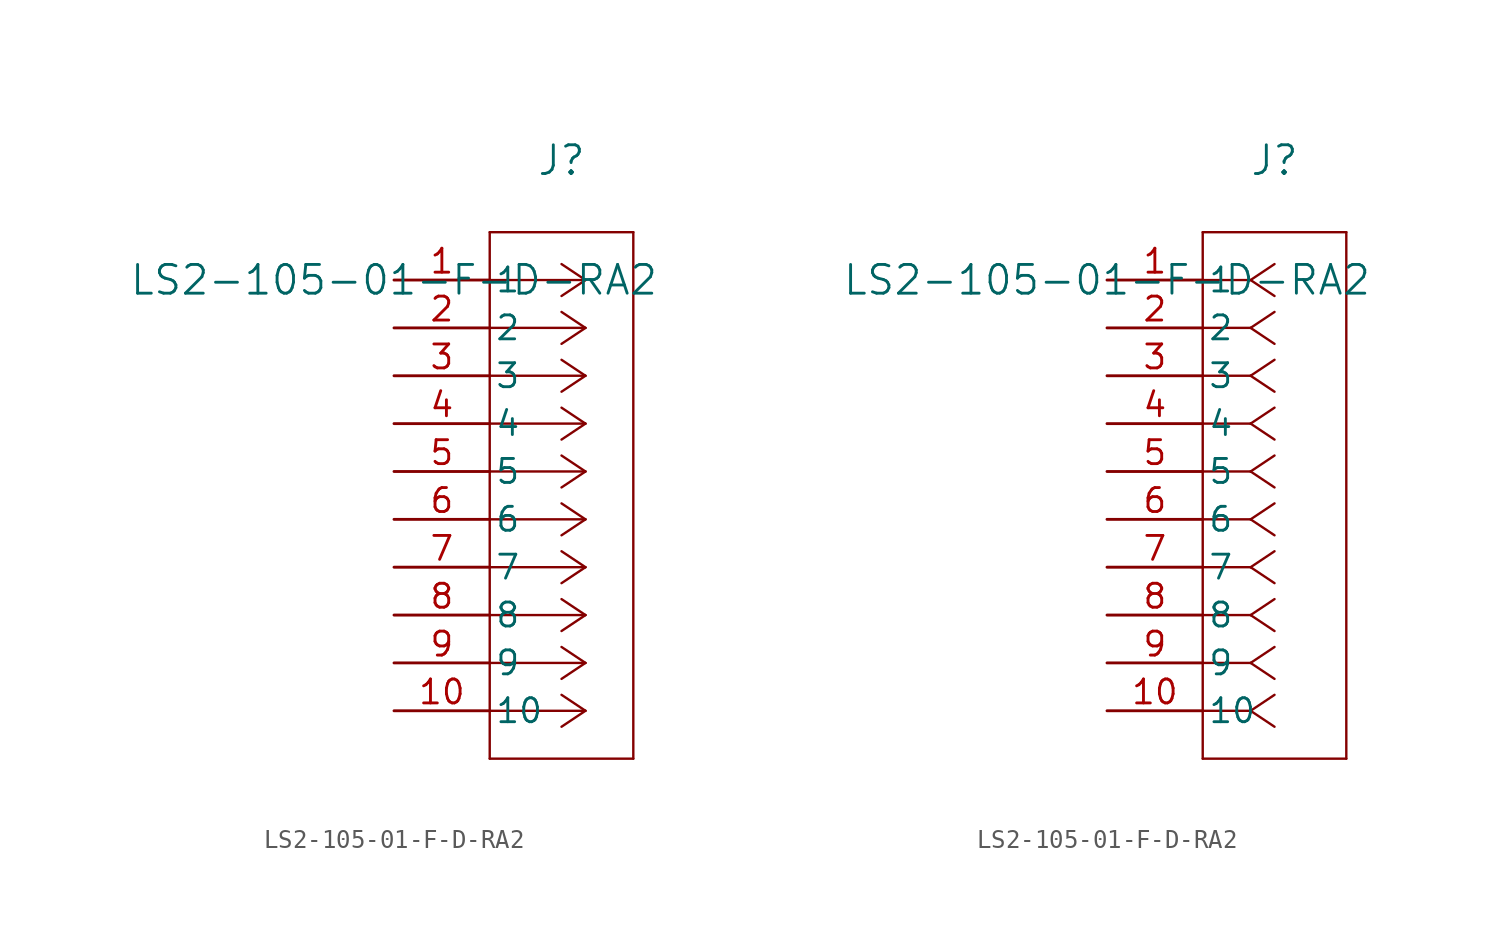
<source format=kicad_sym>
(kicad_symbol_lib
  (version 20211014)
  (generator kicad_symbol_editor)
  (symbol "LS2-105-01-F-D-RA2"
    (pin_names
      (offset 0.254))
    (property "Reference" "J"
      (at 8.89 6.35 0)
      (effects (font (size 1.524 1.524))))
    (property "Value" "LS2-105-01-F-D-RA2"
      (at 0 0 0)
      (effects (font (size 1.524 1.524))))
    (symbol "LS2-105-01-F-D-RA2_1_1"
      (polyline (pts (xy 10.16 0) (xy 5.08 0)) (stroke (width 0.127) (type default) (color 0 0 0 0)) (fill (type none)))
      (polyline (pts (xy 10.16 -2.54) (xy 5.08 -2.54)) (stroke (width 0.127) (type default) (color 0 0 0 0)) (fill (type none)))
      (polyline (pts (xy 10.16 -5.08) (xy 5.08 -5.08)) (stroke (width 0.127) (type default) (color 0 0 0 0)) (fill (type none)))
      (polyline (pts (xy 10.16 -7.62) (xy 5.08 -7.62)) (stroke (width 0.127) (type default) (color 0 0 0 0)) (fill (type none)))
      (polyline (pts (xy 10.16 -10.16) (xy 5.08 -10.16)) (stroke (width 0.127) (type default) (color 0 0 0 0)) (fill (type none)))
      (polyline (pts (xy 10.16 -12.7) (xy 5.08 -12.7)) (stroke (width 0.127) (type default) (color 0 0 0 0)) (fill (type none)))
      (polyline (pts (xy 10.16 -15.24) (xy 5.08 -15.24)) (stroke (width 0.127) (type default) (color 0 0 0 0)) (fill (type none)))
      (polyline (pts (xy 10.16 -17.78) (xy 5.08 -17.78)) (stroke (width 0.127) (type default) (color 0 0 0 0)) (fill (type none)))
      (polyline (pts (xy 10.16 -20.32) (xy 5.08 -20.32)) (stroke (width 0.127) (type default) (color 0 0 0 0)) (fill (type none)))
      (polyline (pts (xy 10.16 -22.86) (xy 5.08 -22.86)) (stroke (width 0.127) (type default) (color 0 0 0 0)) (fill (type none)))
      (polyline (pts (xy 10.16 0) (xy 8.89 0.847)) (stroke (width 0.127) (type default) (color 0 0 0 0)) (fill (type none)))
      (polyline (pts (xy 10.16 -2.54) (xy 8.89 -1.693)) (stroke (width 0.127) (type default) (color 0 0 0 0)) (fill (type none)))
      (polyline (pts (xy 10.16 -5.08) (xy 8.89 -4.233)) (stroke (width 0.127) (type default) (color 0 0 0 0)) (fill (type none)))
      (polyline (pts (xy 10.16 -7.62) (xy 8.89 -6.773)) (stroke (width 0.127) (type default) (color 0 0 0 0)) (fill (type none)))
      (polyline (pts (xy 10.16 -10.16) (xy 8.89 -9.313)) (stroke (width 0.127) (type default) (color 0 0 0 0)) (fill (type none)))
      (polyline (pts (xy 10.16 -12.7) (xy 8.89 -11.853)) (stroke (width 0.127) (type default) (color 0 0 0 0)) (fill (type none)))
      (polyline (pts (xy 10.16 -15.24) (xy 8.89 -14.393)) (stroke (width 0.127) (type default) (color 0 0 0 0)) (fill (type none)))
      (polyline (pts (xy 10.16 -17.78) (xy 8.89 -16.933)) (stroke (width 0.127) (type default) (color 0 0 0 0)) (fill (type none)))
      (polyline (pts (xy 10.16 -20.32) (xy 8.89 -19.473)) (stroke (width 0.127) (type default) (color 0 0 0 0)) (fill (type none)))
      (polyline (pts (xy 10.16 -22.86) (xy 8.89 -22.013)) (stroke (width 0.127) (type default) (color 0 0 0 0)) (fill (type none)))
      (polyline (pts (xy 10.16 0) (xy 8.89 -0.847)) (stroke (width 0.127) (type default) (color 0 0 0 0)) (fill (type none)))
      (polyline (pts (xy 10.16 -2.54) (xy 8.89 -3.387)) (stroke (width 0.127) (type default) (color 0 0 0 0)) (fill (type none)))
      (polyline (pts (xy 10.16 -5.08) (xy 8.89 -5.927)) (stroke (width 0.127) (type default) (color 0 0 0 0)) (fill (type none)))
      (polyline (pts (xy 10.16 -7.62) (xy 8.89 -8.467)) (stroke (width 0.127) (type default) (color 0 0 0 0)) (fill (type none)))
      (polyline (pts (xy 10.16 -10.16) (xy 8.89 -11.007)) (stroke (width 0.127) (type default) (color 0 0 0 0)) (fill (type none)))
      (polyline (pts (xy 10.16 -12.7) (xy 8.89 -13.547)) (stroke (width 0.127) (type default) (color 0 0 0 0)) (fill (type none)))
      (polyline (pts (xy 10.16 -15.24) (xy 8.89 -16.087)) (stroke (width 0.127) (type default) (color 0 0 0 0)) (fill (type none)))
      (polyline (pts (xy 10.16 -17.78) (xy 8.89 -18.627)) (stroke (width 0.127) (type default) (color 0 0 0 0)) (fill (type none)))
      (polyline (pts (xy 10.16 -20.32) (xy 8.89 -21.167)) (stroke (width 0.127) (type default) (color 0 0 0 0)) (fill (type none)))
      (polyline (pts (xy 10.16 -22.86) (xy 8.89 -23.707)) (stroke (width 0.127) (type default) (color 0 0 0 0)) (fill (type none)))
      (polyline (pts (xy 5.08 2.54) (xy 5.08 -25.4)) (stroke (width 0.127) (type default) (color 0 0 0 0)) (fill (type none)))
      (polyline (pts (xy 5.08 -25.4) (xy 12.7 -25.4)) (stroke (width 0.127) (type default) (color 0 0 0 0)) (fill (type none)))
      (polyline (pts (xy 12.7 -25.4) (xy 12.7 2.54)) (stroke (width 0.127) (type default) (color 0 0 0 0)) (fill (type none)))
      (polyline (pts (xy 12.7 2.54) (xy 5.08 2.54)) (stroke (width 0.127) (type default) (color 0 0 0 0)) (fill (type none)))
      (pin unspecified line (at 0 0 0) (length 5.08) (name "1" (effects (font (size 1.27 1.27)))) (number "1" (effects (font (size 1.27 1.27)))))
      (pin unspecified line (at 0 -2.54 0) (length 5.08) (name "2" (effects (font (size 1.27 1.27)))) (number "2" (effects (font (size 1.27 1.27)))))
      (pin unspecified line (at 0 -5.08 0) (length 5.08) (name "3" (effects (font (size 1.27 1.27)))) (number "3" (effects (font (size 1.27 1.27)))))
      (pin unspecified line (at 0 -7.62 0) (length 5.08) (name "4" (effects (font (size 1.27 1.27)))) (number "4" (effects (font (size 1.27 1.27)))))
      (pin unspecified line (at 0 -10.16 0) (length 5.08) (name "5" (effects (font (size 1.27 1.27)))) (number "5" (effects (font (size 1.27 1.27)))))
      (pin unspecified line (at 0 -12.7 0) (length 5.08) (name "6" (effects (font (size 1.27 1.27)))) (number "6" (effects (font (size 1.27 1.27)))))
      (pin unspecified line (at 0 -15.24 0) (length 5.08) (name "7" (effects (font (size 1.27 1.27)))) (number "7" (effects (font (size 1.27 1.27)))))
      (pin unspecified line (at 0 -17.78 0) (length 5.08) (name "8" (effects (font (size 1.27 1.27)))) (number "8" (effects (font (size 1.27 1.27)))))
      (pin unspecified line (at 0 -20.32 0) (length 5.08) (name "9" (effects (font (size 1.27 1.27)))) (number "9" (effects (font (size 1.27 1.27)))))
      (pin unspecified line (at 0 -22.86 0) (length 5.08) (name "10" (effects (font (size 1.27 1.27)))) (number "10" (effects (font (size 1.27 1.27))))))
    (symbol "LS2-105-01-F-D-RA2_1_2"
      (polyline (pts (xy 7.62 0) (xy 5.08 0)) (stroke (width 0.127) (type default) (color 0 0 0 0)) (fill (type none)))
      (polyline (pts (xy 7.62 -2.54) (xy 5.08 -2.54)) (stroke (width 0.127) (type default) (color 0 0 0 0)) (fill (type none)))
      (polyline (pts (xy 7.62 -5.08) (xy 5.08 -5.08)) (stroke (width 0.127) (type default) (color 0 0 0 0)) (fill (type none)))
      (polyline (pts (xy 7.62 -7.62) (xy 5.08 -7.62)) (stroke (width 0.127) (type default) (color 0 0 0 0)) (fill (type none)))
      (polyline (pts (xy 7.62 -10.16) (xy 5.08 -10.16)) (stroke (width 0.127) (type default) (color 0 0 0 0)) (fill (type none)))
      (polyline (pts (xy 7.62 -12.7) (xy 5.08 -12.7)) (stroke (width 0.127) (type default) (color 0 0 0 0)) (fill (type none)))
      (polyline (pts (xy 7.62 -15.24) (xy 5.08 -15.24)) (stroke (width 0.127) (type default) (color 0 0 0 0)) (fill (type none)))
      (polyline (pts (xy 7.62 -17.78) (xy 5.08 -17.78)) (stroke (width 0.127) (type default) (color 0 0 0 0)) (fill (type none)))
      (polyline (pts (xy 7.62 -20.32) (xy 5.08 -20.32)) (stroke (width 0.127) (type default) (color 0 0 0 0)) (fill (type none)))
      (polyline (pts (xy 7.62 -22.86) (xy 5.08 -22.86)) (stroke (width 0.127) (type default) (color 0 0 0 0)) (fill (type none)))
      (polyline (pts (xy 7.62 0) (xy 8.89 0.847)) (stroke (width 0.127) (type default) (color 0 0 0 0)) (fill (type none)))
      (polyline (pts (xy 7.62 -2.54) (xy 8.89 -1.693)) (stroke (width 0.127) (type default) (color 0 0 0 0)) (fill (type none)))
      (polyline (pts (xy 7.62 -5.08) (xy 8.89 -4.233)) (stroke (width 0.127) (type default) (color 0 0 0 0)) (fill (type none)))
      (polyline (pts (xy 7.62 -7.62) (xy 8.89 -6.773)) (stroke (width 0.127) (type default) (color 0 0 0 0)) (fill (type none)))
      (polyline (pts (xy 7.62 -10.16) (xy 8.89 -9.313)) (stroke (width 0.127) (type default) (color 0 0 0 0)) (fill (type none)))
      (polyline (pts (xy 7.62 -12.7) (xy 8.89 -11.853)) (stroke (width 0.127) (type default) (color 0 0 0 0)) (fill (type none)))
      (polyline (pts (xy 7.62 -15.24) (xy 8.89 -14.393)) (stroke (width 0.127) (type default) (color 0 0 0 0)) (fill (type none)))
      (polyline (pts (xy 7.62 -17.78) (xy 8.89 -16.933)) (stroke (width 0.127) (type default) (color 0 0 0 0)) (fill (type none)))
      (polyline (pts (xy 7.62 -20.32) (xy 8.89 -19.473)) (stroke (width 0.127) (type default) (color 0 0 0 0)) (fill (type none)))
      (polyline (pts (xy 7.62 -22.86) (xy 8.89 -22.013)) (stroke (width 0.127) (type default) (color 0 0 0 0)) (fill (type none)))
      (polyline (pts (xy 7.62 0) (xy 8.89 -0.847)) (stroke (width 0.127) (type default) (color 0 0 0 0)) (fill (type none)))
      (polyline (pts (xy 7.62 -2.54) (xy 8.89 -3.387)) (stroke (width 0.127) (type default) (color 0 0 0 0)) (fill (type none)))
      (polyline (pts (xy 7.62 -5.08) (xy 8.89 -5.927)) (stroke (width 0.127) (type default) (color 0 0 0 0)) (fill (type none)))
      (polyline (pts (xy 7.62 -7.62) (xy 8.89 -8.467)) (stroke (width 0.127) (type default) (color 0 0 0 0)) (fill (type none)))
      (polyline (pts (xy 7.62 -10.16) (xy 8.89 -11.007)) (stroke (width 0.127) (type default) (color 0 0 0 0)) (fill (type none)))
      (polyline (pts (xy 7.62 -12.7) (xy 8.89 -13.547)) (stroke (width 0.127) (type default) (color 0 0 0 0)) (fill (type none)))
      (polyline (pts (xy 7.62 -15.24) (xy 8.89 -16.087)) (stroke (width 0.127) (type default) (color 0 0 0 0)) (fill (type none)))
      (polyline (pts (xy 7.62 -17.78) (xy 8.89 -18.627)) (stroke (width 0.127) (type default) (color 0 0 0 0)) (fill (type none)))
      (polyline (pts (xy 7.62 -20.32) (xy 8.89 -21.167)) (stroke (width 0.127) (type default) (color 0 0 0 0)) (fill (type none)))
      (polyline (pts (xy 7.62 -22.86) (xy 8.89 -23.707)) (stroke (width 0.127) (type default) (color 0 0 0 0)) (fill (type none)))
      (polyline (pts (xy 5.08 2.54) (xy 5.08 -25.4)) (stroke (width 0.127) (type default) (color 0 0 0 0)) (fill (type none)))
      (polyline (pts (xy 5.08 -25.4) (xy 12.7 -25.4)) (stroke (width 0.127) (type default) (color 0 0 0 0)) (fill (type none)))
      (polyline (pts (xy 12.7 -25.4) (xy 12.7 2.54)) (stroke (width 0.127) (type default) (color 0 0 0 0)) (fill (type none)))
      (polyline (pts (xy 12.7 2.54) (xy 5.08 2.54)) (stroke (width 0.127) (type default) (color 0 0 0 0)) (fill (type none)))
      (pin unspecified line (at 0 0 0) (length 5.08) (name "1" (effects (font (size 1.27 1.27)))) (number "1" (effects (font (size 1.27 1.27)))))
      (pin unspecified line (at 0 -2.54 0) (length 5.08) (name "2" (effects (font (size 1.27 1.27)))) (number "2" (effects (font (size 1.27 1.27)))))
      (pin unspecified line (at 0 -5.08 0) (length 5.08) (name "3" (effects (font (size 1.27 1.27)))) (number "3" (effects (font (size 1.27 1.27)))))
      (pin unspecified line (at 0 -7.62 0) (length 5.08) (name "4" (effects (font (size 1.27 1.27)))) (number "4" (effects (font (size 1.27 1.27)))))
      (pin unspecified line (at 0 -10.16 0) (length 5.08) (name "5" (effects (font (size 1.27 1.27)))) (number "5" (effects (font (size 1.27 1.27)))))
      (pin unspecified line (at 0 -12.7 0) (length 5.08) (name "6" (effects (font (size 1.27 1.27)))) (number "6" (effects (font (size 1.27 1.27)))))
      (pin unspecified line (at 0 -15.24 0) (length 5.08) (name "7" (effects (font (size 1.27 1.27)))) (number "7" (effects (font (size 1.27 1.27)))))
      (pin unspecified line (at 0 -17.78 0) (length 5.08) (name "8" (effects (font (size 1.27 1.27)))) (number "8" (effects (font (size 1.27 1.27)))))
      (pin unspecified line (at 0 -20.32 0) (length 5.08) (name "9" (effects (font (size 1.27 1.27)))) (number "9" (effects (font (size 1.27 1.27)))))
      (pin unspecified line (at 0 -22.86 0) (length 5.08) (name "10" (effects (font (size 1.27 1.27)))) (number "10" (effects (font (size 1.27 1.27))))))))
</source>
